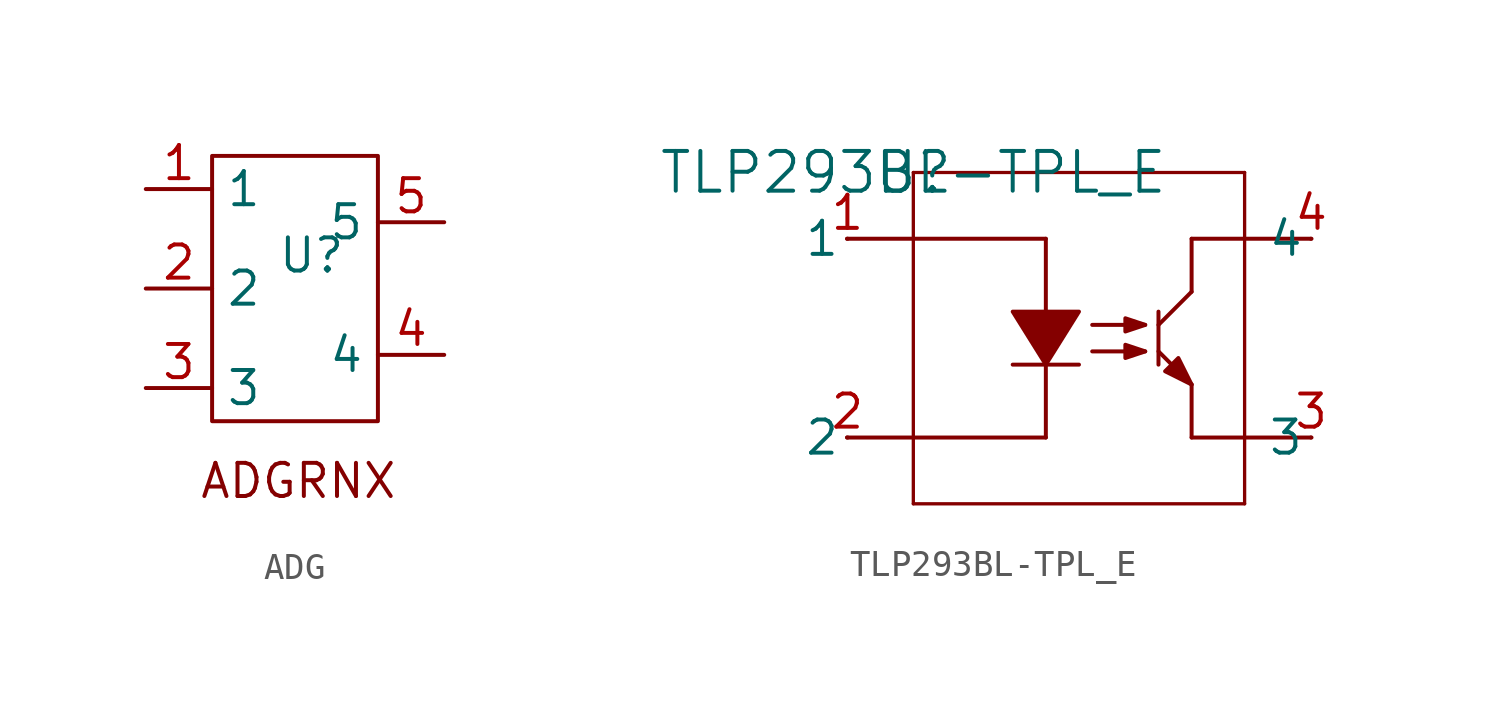
<source format=kicad_sym>
(kicad_symbol_lib
  (version 20231120)
  (generator "kicad_symbol_editor")
  (generator_version "8.0")
  (symbol "ADG"
    (property "Reference" "U"
      (at 0 0 0)
      (effects (font (size 1.27 1.27))))
    (property "Value" ""
      (at 0 0 0)
      (effects (font (size 1.27 1.27))))
    (symbol "ADG_0_1"
      (rectangle (start -3.81 3.81) (end 2.54 -6.35) (stroke (width 0) (type default)) (fill (type none))))
    (symbol "ADG_1_1"
      (text "ADGRNX" (at -0.508 -8.636 0) (effects (font (size 1.27 1.27))))
      (pin input line (at -6.35 2.54 0) (length 2.54) (name "1" (effects (font (size 1.27 1.27)))) (number "1" (effects (font (size 1.27 1.27)))))
      (pin input line (at -6.35 -1.27 0) (length 2.54) (name "2" (effects (font (size 1.27 1.27)))) (number "2" (effects (font (size 1.27 1.27)))))
      (pin input line (at -6.35 -5.08 0) (length 2.54) (name "3" (effects (font (size 1.27 1.27)))) (number "3" (effects (font (size 1.27 1.27)))))
      (pin input line (at 5.08 -3.81 180) (length 2.54) (name "4" (effects (font (size 1.27 1.27)))) (number "4" (effects (font (size 1.27 1.27)))))
      (pin input line (at 5.08 1.27 180) (length 2.54) (name "5" (effects (font (size 1.27 1.27)))) (number "5" (effects (font (size 1.27 1.27)))))))
  (symbol "TLP293BL-TPL_E"
    (pin_names
      (offset 0.254))
    (property "Reference" "U"
      (at 0 0 0)
      (effects (font (size 1.524 1.524))))
    (property "Value" "TLP293BL-TPL_E"
      (at 0 0 0)
      (effects (font (size 1.524 1.524))))
    (property "ki_locked" ""
      (at 0 0 0)
      (effects (font (size 1.27 1.27))))
    (symbol "TLP293BL-TPL_E_0_1"
      (polyline (pts (xy -2.54 -10.16) (xy 0 -10.16)) (stroke (width 0) (type default)) (fill (type none)))
      (polyline (pts (xy -2.54 -2.54) (xy 0 -2.54)) (stroke (width 0) (type default)) (fill (type none)))
      (polyline (pts (xy 0 -12.7) (xy 0 0)) (stroke (width 0.127) (type default)) (fill (type none)))
      (polyline (pts (xy 0 -10.16) (xy 5.08 -10.16)) (stroke (width 0) (type default)) (fill (type none)))
      (polyline (pts (xy 0 -2.54) (xy 5.08 -2.54)) (stroke (width 0) (type default)) (fill (type none)))
      (polyline (pts (xy 0 0) (xy 12.7 0)) (stroke (width 0.127) (type default)) (fill (type none)))
      (polyline (pts (xy 3.81 -7.366) (xy 6.35 -7.366)) (stroke (width 0) (type default)) (fill (type none)))
      (polyline (pts (xy 5.08 -10.16) (xy 5.08 -7.366)) (stroke (width 0) (type default)) (fill (type none)))
      (polyline (pts (xy 5.08 -2.54) (xy 5.08 -5.334)) (stroke (width 0) (type default)) (fill (type none)))
      (polyline (pts (xy 6.858 -6.858) (xy 8.89 -6.858)) (stroke (width 0) (type default)) (fill (type none)))
      (polyline (pts (xy 6.858 -5.842) (xy 8.89 -5.842)) (stroke (width 0) (type default)) (fill (type none)))
      (polyline (pts (xy 9.398 -5.334) (xy 9.398 -7.366)) (stroke (width 0) (type default)) (fill (type none)))
      (polyline (pts (xy 10.668 -10.16) (xy 10.668 -8.128)) (stroke (width 0) (type default)) (fill (type none)))
      (polyline (pts (xy 10.668 -10.16) (xy 12.7 -10.16)) (stroke (width 0) (type default)) (fill (type none)))
      (polyline (pts (xy 10.668 -8.128) (xy 9.398 -6.858)) (stroke (width 0) (type default)) (fill (type none)))
      (polyline (pts (xy 10.668 -4.572) (xy 9.398 -5.842)) (stroke (width 0) (type default)) (fill (type none)))
      (polyline (pts (xy 10.668 -2.54) (xy 10.668 -4.572)) (stroke (width 0) (type default)) (fill (type none)))
      (polyline (pts (xy 10.668 -2.54) (xy 12.7 -2.54)) (stroke (width 0) (type default)) (fill (type none)))
      (polyline (pts (xy 12.7 -12.7) (xy 0 -12.7)) (stroke (width 0.127) (type default)) (fill (type none)))
      (polyline (pts (xy 12.7 0) (xy 12.7 -12.7)) (stroke (width 0.127) (type default)) (fill (type none)))
      (polyline (pts (xy 15.24 -10.16) (xy 12.7 -10.16)) (stroke (width 0) (type default)) (fill (type none)))
      (polyline (pts (xy 15.24 -2.54) (xy 12.7 -2.54)) (stroke (width 0) (type default)) (fill (type none)))
      (polyline (pts (xy 3.81 -5.334) (xy 3.81 -5.334) (xy 6.35 -5.334) (xy 5.08 -7.366) (xy 3.81 -5.334)) (stroke (width 0) (type default)) (fill (type outline)))
      (polyline (pts (xy 8.128 -6.604) (xy 8.128 -6.604) (xy 8.128 -7.112) (xy 8.89 -6.858) (xy 8.128 -6.604)) (stroke (width 0) (type default)) (fill (type outline)))
      (polyline (pts (xy 8.128 -5.588) (xy 8.128 -5.588) (xy 8.128 -6.096) (xy 8.89 -5.842) (xy 8.128 -5.588)) (stroke (width 0) (type default)) (fill (type outline)))
      (polyline (pts (xy 10.668 -8.128) (xy 10.668 -8.128) (xy 10.16 -7.112) (xy 9.652 -7.62) (xy 10.668 -8.128)) (stroke (width 0) (type default)) (fill (type outline)))
      (pin unspecified line (at -2.515 -2.54 180) (length 0.025) (name "1" (effects (font (size 1.27 1.27)))) (number "1" (effects (font (size 1.27 1.27)))))
      (pin unspecified line (at -2.515 -10.16 180) (length 0.025) (name "2" (effects (font (size 1.27 1.27)))) (number "2" (effects (font (size 1.27 1.27)))))
      (pin unspecified line (at 15.265 -10.16 180) (length 0.025) (name "3" (effects (font (size 1.27 1.27)))) (number "3" (effects (font (size 1.27 1.27)))))
      (pin unspecified line (at 15.265 -2.54 180) (length 0.025) (name "4" (effects (font (size 1.27 1.27)))) (number "4" (effects (font (size 1.27 1.27))))))))
</source>
